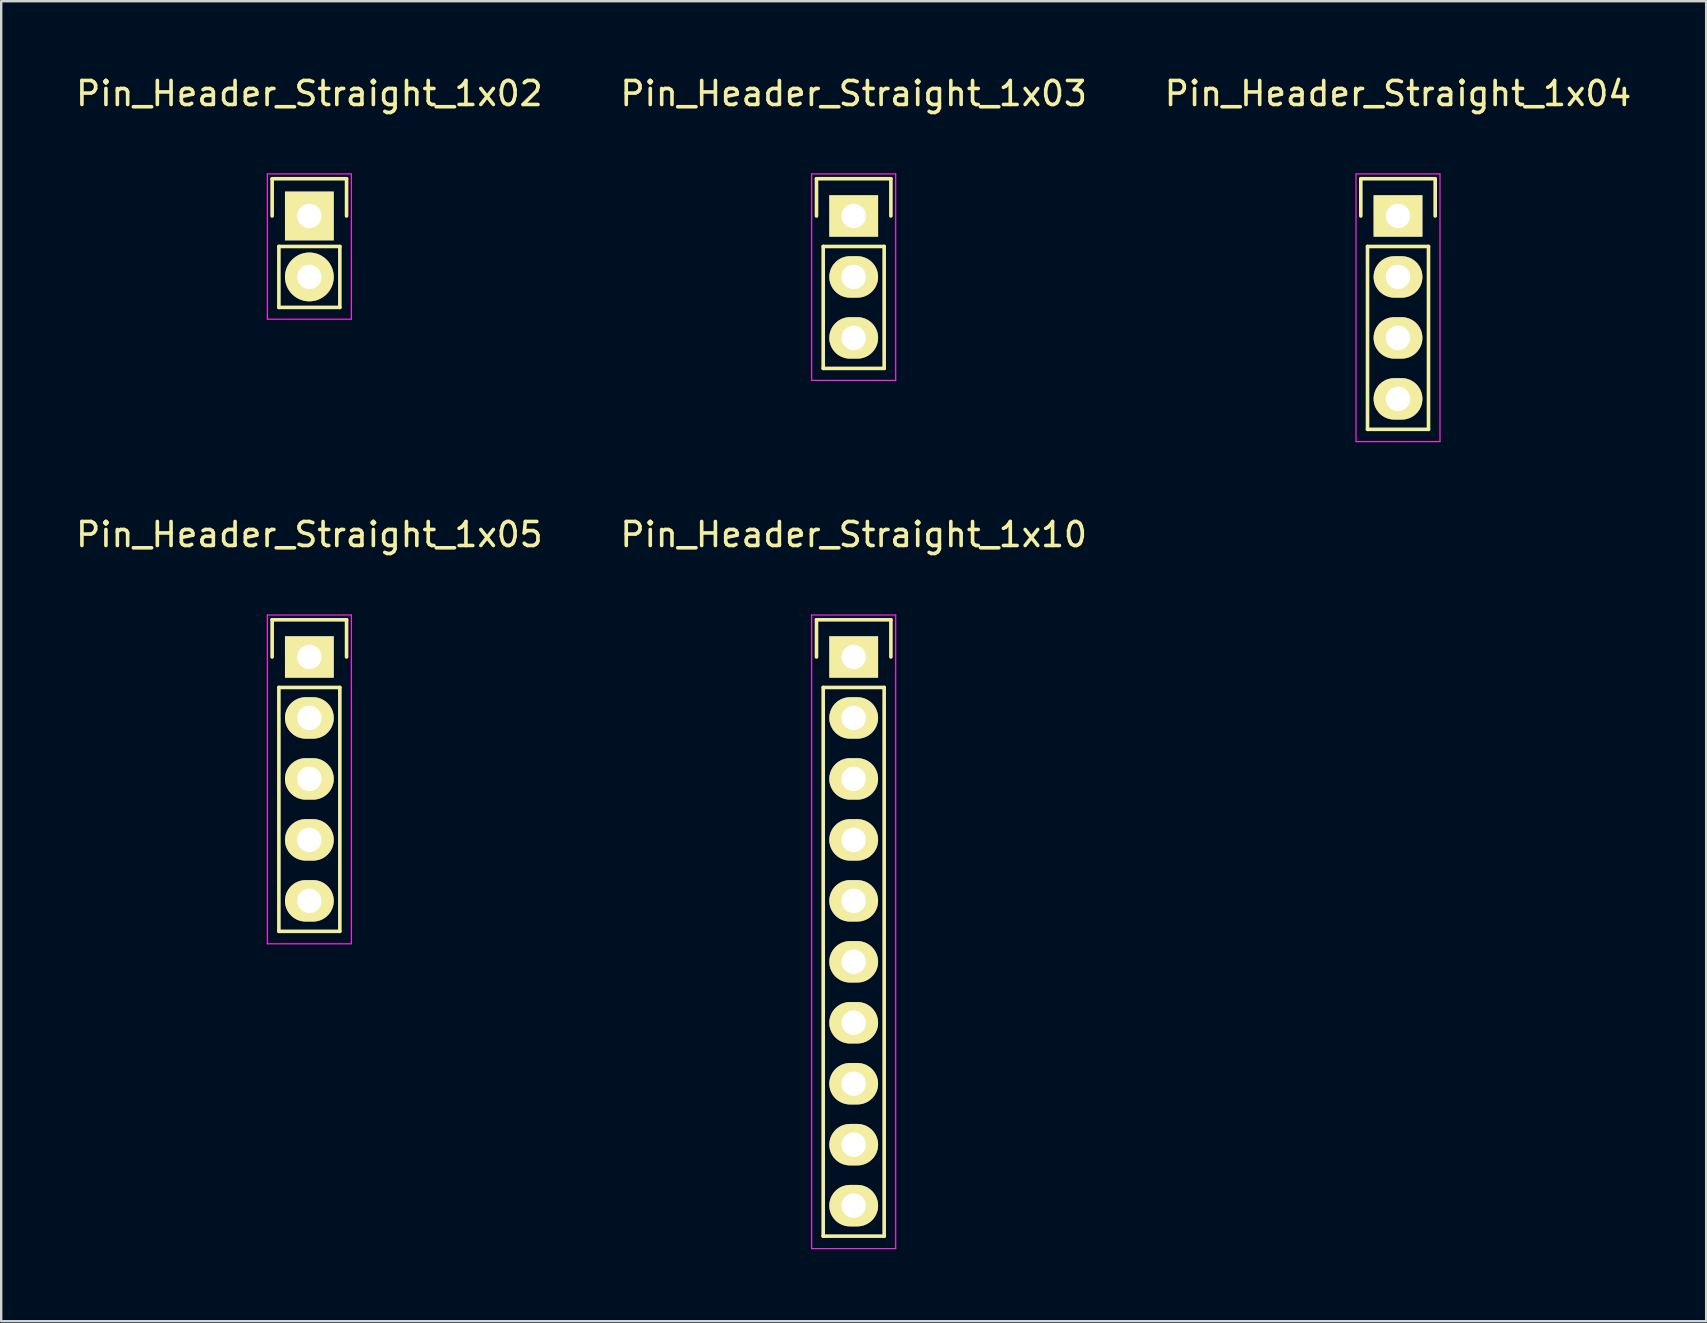
<source format=kicad_pcb>
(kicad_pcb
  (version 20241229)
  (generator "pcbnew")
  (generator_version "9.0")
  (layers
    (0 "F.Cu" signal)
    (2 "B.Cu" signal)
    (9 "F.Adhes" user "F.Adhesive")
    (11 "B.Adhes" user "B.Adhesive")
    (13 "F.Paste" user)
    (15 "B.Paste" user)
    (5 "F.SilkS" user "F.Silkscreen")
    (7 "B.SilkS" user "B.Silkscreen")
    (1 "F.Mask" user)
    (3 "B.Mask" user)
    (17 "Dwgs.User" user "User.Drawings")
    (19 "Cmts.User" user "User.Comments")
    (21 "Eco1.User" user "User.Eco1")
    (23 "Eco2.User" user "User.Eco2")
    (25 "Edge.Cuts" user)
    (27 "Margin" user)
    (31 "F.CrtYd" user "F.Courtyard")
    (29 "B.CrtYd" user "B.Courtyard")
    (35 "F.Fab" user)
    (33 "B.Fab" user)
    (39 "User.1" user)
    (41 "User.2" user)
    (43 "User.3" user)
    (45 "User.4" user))
  (footprint "Pin_Header_Straight_1x10"
    (layer "F.Cu")
    (at 32.518 24.322)
    (property "Reference" "Pin_Header_Straight_1x10" (at 0 -5.1 0) (layer "F.SilkS") (effects (font (size 1 1) (thickness 0.15))))
    (attr through_hole)
    (fp_line (start -1.55 -1.55) (end 1.55 -1.55) (stroke (width 0.15) (type solid)) (layer "F.SilkS"))
    (fp_line (start -1.55 0) (end -1.55 -1.55) (stroke (width 0.15) (type solid)) (layer "F.SilkS"))
    (fp_line (start -1.27 24.13) (end -1.27 1.27) (stroke (width 0.15) (type solid)) (layer "F.SilkS"))
    (fp_line (start 1.27 1.27) (end -1.27 1.27) (stroke (width 0.15) (type solid)) (layer "F.SilkS"))
    (fp_line (start 1.27 1.27) (end 1.27 24.13) (stroke (width 0.15) (type solid)) (layer "F.SilkS"))
    (fp_line (start 1.27 24.13) (end -1.27 24.13) (stroke (width 0.15) (type solid)) (layer "F.SilkS"))
    (fp_line (start 1.55 -1.55) (end 1.55 0) (stroke (width 0.15) (type solid)) (layer "F.SilkS"))
    (fp_line (start -1.75 -1.75) (end -1.75 24.65) (stroke (width 0.05) (type solid)) (layer "F.CrtYd"))
    (fp_line (start -1.75 -1.75) (end 1.75 -1.75) (stroke (width 0.05) (type solid)) (layer "F.CrtYd"))
    (fp_line (start -1.75 24.65) (end 1.75 24.65) (stroke (width 0.05) (type solid)) (layer "F.CrtYd"))
    (fp_line (start 1.75 -1.75) (end 1.75 24.65) (stroke (width 0.05) (type solid)) (layer "F.CrtYd"))
    (pad "1" thru_hole rect (at 0 0) (size 2.032 1.727) (drill 1.016) (layers "*.Cu" "*.Mask" "F.SilkS"))
    (pad "2" thru_hole oval (at 0 2.54) (size 2.032 1.727) (drill 1.016) (layers "*.Cu" "*.Mask" "F.SilkS"))
    (pad "3" thru_hole oval (at 0 5.08) (size 2.032 1.727) (drill 1.016) (layers "*.Cu" "*.Mask" "F.SilkS"))
    (pad "4" thru_hole oval (at 0 7.62) (size 2.032 1.727) (drill 1.016) (layers "*.Cu" "*.Mask" "F.SilkS"))
    (pad "5" thru_hole oval (at 0 10.16) (size 2.032 1.727) (drill 1.016) (layers "*.Cu" "*.Mask" "F.SilkS"))
    (pad "6" thru_hole oval (at 0 12.7) (size 2.032 1.727) (drill 1.016) (layers "*.Cu" "*.Mask" "F.SilkS"))
    (pad "7" thru_hole oval (at 0 15.24) (size 2.032 1.727) (drill 1.016) (layers "*.Cu" "*.Mask" "F.SilkS"))
    (pad "8" thru_hole oval (at 0 17.78) (size 2.032 1.727) (drill 1.016) (layers "*.Cu" "*.Mask" "F.SilkS"))
    (pad "9" thru_hole oval (at 0 20.32) (size 2.032 1.727) (drill 1.016) (layers "*.Cu" "*.Mask" "F.SilkS"))
    (pad "10" thru_hole oval (at 0 22.86) (size 2.032 1.727) (drill 1.016) (layers "*.Cu" "*.Mask" "F.SilkS")))
  (footprint "Pin_Header_Straight_1x04"
    (layer "F.Cu")
    (at 55.196 5.948)
    (property "Reference" "Pin_Header_Straight_1x04" (at 0 -5.1 0) (layer "F.SilkS") (effects (font (size 1 1) (thickness 0.15))))
    (attr through_hole)
    (fp_line (start -1.55 -1.55) (end 1.55 -1.55) (stroke (width 0.15) (type solid)) (layer "F.SilkS"))
    (fp_line (start -1.55 0) (end -1.55 -1.55) (stroke (width 0.15) (type solid)) (layer "F.SilkS"))
    (fp_line (start -1.27 1.27) (end -1.27 8.89) (stroke (width 0.15) (type solid)) (layer "F.SilkS"))
    (fp_line (start -1.27 8.89) (end 1.27 8.89) (stroke (width 0.15) (type solid)) (layer "F.SilkS"))
    (fp_line (start 1.27 1.27) (end -1.27 1.27) (stroke (width 0.15) (type solid)) (layer "F.SilkS"))
    (fp_line (start 1.27 1.27) (end 1.27 8.89) (stroke (width 0.15) (type solid)) (layer "F.SilkS"))
    (fp_line (start 1.55 -1.55) (end 1.55 0) (stroke (width 0.15) (type solid)) (layer "F.SilkS"))
    (fp_line (start -1.75 -1.75) (end -1.75 9.4) (stroke (width 0.05) (type solid)) (layer "F.CrtYd"))
    (fp_line (start -1.75 -1.75) (end 1.75 -1.75) (stroke (width 0.05) (type solid)) (layer "F.CrtYd"))
    (fp_line (start -1.75 9.4) (end 1.75 9.4) (stroke (width 0.05) (type solid)) (layer "F.CrtYd"))
    (fp_line (start 1.75 -1.75) (end 1.75 9.4) (stroke (width 0.05) (type solid)) (layer "F.CrtYd"))
    (pad "1" thru_hole rect (at 0 0) (size 2.032 1.727) (drill 1.016) (layers "*.Cu" "*.Mask" "F.SilkS"))
    (pad "2" thru_hole oval (at 0 2.54) (size 2.032 1.727) (drill 1.016) (layers "*.Cu" "*.Mask" "F.SilkS"))
    (pad "3" thru_hole oval (at 0 5.08) (size 2.032 1.727) (drill 1.016) (layers "*.Cu" "*.Mask" "F.SilkS"))
    (pad "4" thru_hole oval (at 0 7.62) (size 2.032 1.727) (drill 1.016) (layers "*.Cu" "*.Mask" "F.SilkS")))
  (footprint "Pin_Header_Straight_1x05"
    (layer "F.Cu")
    (at 9.839 24.322)
    (property "Reference" "Pin_Header_Straight_1x05" (at 0 -5.1 0) (layer "F.SilkS") (effects (font (size 1 1) (thickness 0.15))))
    (attr through_hole)
    (fp_line (start -1.55 -1.55) (end 1.55 -1.55) (stroke (width 0.15) (type solid)) (layer "F.SilkS"))
    (fp_line (start -1.55 0) (end -1.55 -1.55) (stroke (width 0.15) (type solid)) (layer "F.SilkS"))
    (fp_line (start -1.27 11.43) (end -1.27 1.27) (stroke (width 0.15) (type solid)) (layer "F.SilkS"))
    (fp_line (start 1.27 1.27) (end -1.27 1.27) (stroke (width 0.15) (type solid)) (layer "F.SilkS"))
    (fp_line (start 1.27 1.27) (end 1.27 11.43) (stroke (width 0.15) (type solid)) (layer "F.SilkS"))
    (fp_line (start 1.27 11.43) (end -1.27 11.43) (stroke (width 0.15) (type solid)) (layer "F.SilkS"))
    (fp_line (start 1.55 -1.55) (end 1.55 0) (stroke (width 0.15) (type solid)) (layer "F.SilkS"))
    (fp_line (start -1.75 -1.75) (end -1.75 11.95) (stroke (width 0.05) (type solid)) (layer "F.CrtYd"))
    (fp_line (start -1.75 -1.75) (end 1.75 -1.75) (stroke (width 0.05) (type solid)) (layer "F.CrtYd"))
    (fp_line (start -1.75 11.95) (end 1.75 11.95) (stroke (width 0.05) (type solid)) (layer "F.CrtYd"))
    (fp_line (start 1.75 -1.75) (end 1.75 11.95) (stroke (width 0.05) (type solid)) (layer "F.CrtYd"))
    (pad "1" thru_hole rect (at 0 0) (size 2.032 1.727) (drill 1.016) (layers "*.Cu" "*.Mask" "F.SilkS"))
    (pad "2" thru_hole oval (at 0 2.54) (size 2.032 1.727) (drill 1.016) (layers "*.Cu" "*.Mask" "F.SilkS"))
    (pad "3" thru_hole oval (at 0 5.08) (size 2.032 1.727) (drill 1.016) (layers "*.Cu" "*.Mask" "F.SilkS"))
    (pad "4" thru_hole oval (at 0 7.62) (size 2.032 1.727) (drill 1.016) (layers "*.Cu" "*.Mask" "F.SilkS"))
    (pad "5" thru_hole oval (at 0 10.16) (size 2.032 1.727) (drill 1.016) (layers "*.Cu" "*.Mask" "F.SilkS")))
  (footprint "Pin_Header_Straight_1x03"
    (layer "F.Cu")
    (at 32.518 5.948)
    (property "Reference" "Pin_Header_Straight_1x03" (at 0 -5.1 0) (layer "F.SilkS") (effects (font (size 1 1) (thickness 0.15))))
    (attr through_hole)
    (fp_line (start -1.55 -1.55) (end 1.55 -1.55) (stroke (width 0.15) (type solid)) (layer "F.SilkS"))
    (fp_line (start -1.55 0) (end -1.55 -1.55) (stroke (width 0.15) (type solid)) (layer "F.SilkS"))
    (fp_line (start -1.27 1.27) (end -1.27 6.35) (stroke (width 0.15) (type solid)) (layer "F.SilkS"))
    (fp_line (start -1.27 6.35) (end 1.27 6.35) (stroke (width 0.15) (type solid)) (layer "F.SilkS"))
    (fp_line (start 1.27 1.27) (end -1.27 1.27) (stroke (width 0.15) (type solid)) (layer "F.SilkS"))
    (fp_line (start 1.27 6.35) (end 1.27 1.27) (stroke (width 0.15) (type solid)) (layer "F.SilkS"))
    (fp_line (start 1.55 -1.55) (end 1.55 0) (stroke (width 0.15) (type solid)) (layer "F.SilkS"))
    (fp_line (start -1.75 -1.75) (end -1.75 6.85) (stroke (width 0.05) (type solid)) (layer "F.CrtYd"))
    (fp_line (start -1.75 -1.75) (end 1.75 -1.75) (stroke (width 0.05) (type solid)) (layer "F.CrtYd"))
    (fp_line (start -1.75 6.85) (end 1.75 6.85) (stroke (width 0.05) (type solid)) (layer "F.CrtYd"))
    (fp_line (start 1.75 -1.75) (end 1.75 6.85) (stroke (width 0.05) (type solid)) (layer "F.CrtYd"))
    (pad "1" thru_hole rect (at 0 0) (size 2.032 1.727) (drill 1.016) (layers "*.Cu" "*.Mask" "F.SilkS"))
    (pad "2" thru_hole oval (at 0 2.54) (size 2.032 1.727) (drill 1.016) (layers "*.Cu" "*.Mask" "F.SilkS"))
    (pad "3" thru_hole oval (at 0 5.08) (size 2.032 1.727) (drill 1.016) (layers "*.Cu" "*.Mask" "F.SilkS")))
  (footprint "Pin_Header_Straight_1x02"
    (layer "F.Cu")
    (at 9.839 5.948)
    (property "Reference" "Pin_Header_Straight_1x02" (at 0 -5.1 0) (layer "F.SilkS") (effects (font (size 1 1) (thickness 0.15))))
    (attr through_hole)
    (fp_line (start -1.55 -1.55) (end 1.55 -1.55) (stroke (width 0.15) (type solid)) (layer "F.SilkS"))
    (fp_line (start -1.55 0) (end -1.55 -1.55) (stroke (width 0.15) (type solid)) (layer "F.SilkS"))
    (fp_line (start -1.27 1.27) (end -1.27 3.81) (stroke (width 0.15) (type solid)) (layer "F.SilkS"))
    (fp_line (start -1.27 3.81) (end 1.27 3.81) (stroke (width 0.15) (type solid)) (layer "F.SilkS"))
    (fp_line (start 1.27 1.27) (end -1.27 1.27) (stroke (width 0.15) (type solid)) (layer "F.SilkS"))
    (fp_line (start 1.27 1.27) (end 1.27 3.81) (stroke (width 0.15) (type solid)) (layer "F.SilkS"))
    (fp_line (start 1.55 -1.55) (end 1.55 0) (stroke (width 0.15) (type solid)) (layer "F.SilkS"))
    (fp_line (start -1.75 -1.75) (end -1.75 4.3) (stroke (width 0.05) (type solid)) (layer "F.CrtYd"))
    (fp_line (start -1.75 -1.75) (end 1.75 -1.75) (stroke (width 0.05) (type solid)) (layer "F.CrtYd"))
    (fp_line (start -1.75 4.3) (end 1.75 4.3) (stroke (width 0.05) (type solid)) (layer "F.CrtYd"))
    (fp_line (start 1.75 -1.75) (end 1.75 4.3) (stroke (width 0.05) (type solid)) (layer "F.CrtYd"))
    (pad "1" thru_hole rect (at 0 0) (size 2.032 2.032) (drill 1.016) (layers "*.Cu" "*.Mask" "F.SilkS"))
    (pad "2" thru_hole oval (at 0 2.54) (size 2.032 2.032) (drill 1.016) (layers "*.Cu" "*.Mask" "F.SilkS")))
  (gr_rect
    (start -3 -3)
    (end 68.036 51.996)
    (stroke (width 0.1) (type default))
    (fill no)
    (layer "Edge.Cuts")))
</source>
